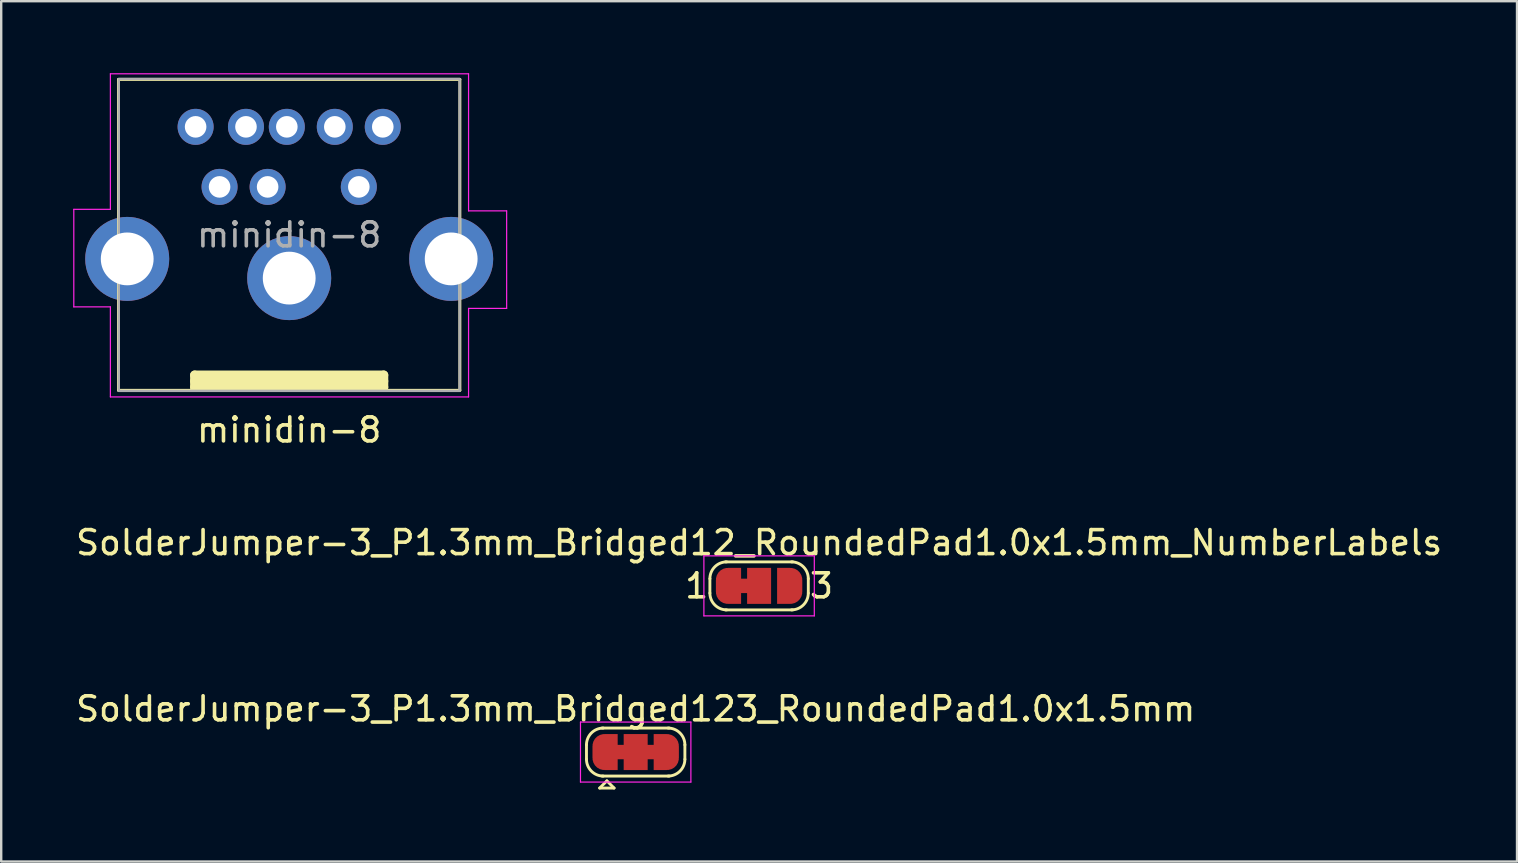
<source format=kicad_pcb>
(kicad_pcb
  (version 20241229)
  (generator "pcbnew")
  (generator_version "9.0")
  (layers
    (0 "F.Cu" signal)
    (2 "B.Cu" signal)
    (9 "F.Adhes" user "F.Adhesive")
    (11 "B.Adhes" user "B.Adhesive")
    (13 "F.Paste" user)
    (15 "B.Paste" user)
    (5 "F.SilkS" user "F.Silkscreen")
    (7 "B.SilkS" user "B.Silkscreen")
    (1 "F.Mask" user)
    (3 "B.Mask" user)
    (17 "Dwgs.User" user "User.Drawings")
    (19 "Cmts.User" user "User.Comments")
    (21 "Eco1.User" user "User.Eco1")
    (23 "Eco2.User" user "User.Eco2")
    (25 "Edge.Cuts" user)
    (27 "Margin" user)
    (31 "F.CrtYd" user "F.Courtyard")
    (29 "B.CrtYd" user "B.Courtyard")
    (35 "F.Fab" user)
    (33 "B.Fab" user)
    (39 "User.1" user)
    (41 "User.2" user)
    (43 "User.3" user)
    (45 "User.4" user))
  (footprint "SolderJumper-3_P1.3mm_Bridged123_RoundedPad1.0x1.5mm"
    (layer "F.Cu")
    (at 23.435 28.284)
    (property "Reference" "SolderJumper-3_P1.3mm_Bridged123_RoundedPad1.0x1.5mm" (at 0 -1.8 0) (layer "F.SilkS") (effects (font (size 1 1) (thickness 0.15))))
    (attr exclude_from_pos_files exclude_from_bom)
    (fp_poly (pts (xy -0.9 -0.3) (xy -0.4 -0.3) (xy -0.4 0.3) (xy -0.9 0.3)) (stroke (width 0) (type solid)) (fill yes) (layer "F.Cu"))
    (fp_poly (pts (xy 0.37 -0.3) (xy 0.87 -0.3) (xy 0.87 0.3) (xy 0.37 0.3)) (stroke (width 0) (type solid)) (fill yes) (layer "F.Cu"))
    (fp_line (start -2.05 0.3) (end -2.05 -0.3) (stroke (width 0.12) (type solid)) (layer "F.SilkS"))
    (fp_line (start -1.5 1.5) (end -0.9 1.5) (stroke (width 0.12) (type solid)) (layer "F.SilkS"))
    (fp_line (start -1.4 -1) (end 1.4 -1) (stroke (width 0.12) (type solid)) (layer "F.SilkS"))
    (fp_line (start -1.2 1.2) (end -1.5 1.5) (stroke (width 0.12) (type solid)) (layer "F.SilkS"))
    (fp_line (start -1.2 1.2) (end -0.9 1.5) (stroke (width 0.12) (type solid)) (layer "F.SilkS"))
    (fp_line (start 1.4 1) (end -1.4 1) (stroke (width 0.12) (type solid)) (layer "F.SilkS"))
    (fp_line (start 2.05 -0.3) (end 2.05 0.3) (stroke (width 0.12) (type solid)) (layer "F.SilkS"))
    (fp_arc (start -2.05 -0.3) (mid -1.844975 -0.794975) (end -1.35 -1) (stroke (width 0.12) (type solid)) (layer "F.SilkS"))
    (fp_arc (start -1.35 1) (mid -1.844975 0.794975) (end -2.05 0.3) (stroke (width 0.12) (type solid)) (layer "F.SilkS"))
    (fp_arc (start 1.35 -1) (mid 1.844975 -0.794975) (end 2.05 -0.3) (stroke (width 0.12) (type solid)) (layer "F.SilkS"))
    (fp_arc (start 2.05 0.3) (mid 1.844975 0.794975) (end 1.35 1) (stroke (width 0.12) (type solid)) (layer "F.SilkS"))
    (fp_line (start -2.3 -1.25) (end -2.3 1.25) (stroke (width 0.05) (type solid)) (layer "F.CrtYd"))
    (fp_line (start -2.3 -1.25) (end 2.3 -1.25) (stroke (width 0.05) (type solid)) (layer "F.CrtYd"))
    (fp_line (start 2.3 1.25) (end -2.3 1.25) (stroke (width 0.05) (type solid)) (layer "F.CrtYd"))
    (fp_line (start 2.3 1.25) (end 2.3 -1.25) (stroke (width 0.05) (type solid)) (layer "F.CrtYd"))
    (pad "1" smd custom (at -1.3 0) (size 1 0.5) (layers "F.Cu" "F.Mask") (options (anchor rect)) (primitives (gr_circle (center 0 0.25) (end 0.5 0.25) (width 0) (fill yes)) (gr_circle (center 0 -0.25) (end 0.5 -0.25) (width 0) (fill yes)) (gr_poly (pts (xy 0.55 -0.75) (xy 0 -0.75) (xy 0 0.75) (xy 0.55 0.75)) (width 0) (fill yes))))
    (pad "2" smd rect (at 0 0) (size 1 1.5) (layers "F.Cu" "F.Mask"))
    (pad "3" smd custom (at 1.3 0) (size 1 0.5) (layers "F.Cu" "F.Mask") (options (anchor rect)) (primitives (gr_circle (center 0 0.25) (end 0.5 0.25) (width 0) (fill yes)) (gr_circle (center 0 -0.25) (end 0.5 -0.25) (width 0) (fill yes)) (gr_poly (pts (xy -0.55 -0.75) (xy 0 -0.75) (xy 0 0.75) (xy -0.55 0.75)) (width 0) (fill yes)))))
  (footprint "minidin-8"
    (layer "F.Cu")
    (at 8.999 6.736)
    (property "Reference" "minidin-8" (at 0 8.128 0) (layer "F.SilkS") (effects (font (size 1 1) (thickness 0.15))))
    (fp_line (start -7.112 -6.477) (end -7.112 6.477) (stroke (width 0.12) (type solid)) (layer "F.SilkS"))
    (fp_line (start -7.112 6.477) (end 7.112 6.477) (stroke (width 0.12) (type solid)) (layer "F.SilkS"))
    (fp_line (start -3.937 5.842) (end -3.937 6.35) (stroke (width 0.381) (type solid)) (layer "F.SilkS"))
    (fp_line (start -3.937 5.842) (end 3.937 5.842) (stroke (width 0.381) (type solid)) (layer "F.SilkS"))
    (fp_line (start -3.937 6.096) (end 3.937 6.096) (stroke (width 0.381) (type solid)) (layer "F.SilkS"))
    (fp_line (start 3.937 5.842) (end 3.937 6.35) (stroke (width 0.381) (type solid)) (layer "F.SilkS"))
    (fp_line (start 3.937 6.35) (end -3.937 6.35) (stroke (width 0.381) (type solid)) (layer "F.SilkS"))
    (fp_line (start 7.112 -6.477) (end -7.112 -6.477) (stroke (width 0.12) (type solid)) (layer "F.SilkS"))
    (fp_line (start 7.112 6.477) (end 7.112 -6.477) (stroke (width 0.12) (type solid)) (layer "F.SilkS"))
    (fp_line (start -8.974 -1.064) (end -8.974 3) (stroke (width 0.05) (type solid)) (layer "F.CrtYd"))
    (fp_line (start -8.974 3) (end -7.45 3) (stroke (width 0.05) (type solid)) (layer "F.CrtYd"))
    (fp_line (start -7.45 -6.711) (end 7.473 -6.711) (stroke (width 0.05) (type solid)) (layer "F.CrtYd"))
    (fp_line (start -7.45 -1.064) (end -8.974 -1.064) (stroke (width 0.05) (type solid)) (layer "F.CrtYd"))
    (fp_line (start -7.45 -1.064) (end -7.45 -6.711) (stroke (width 0.05) (type solid)) (layer "F.CrtYd"))
    (fp_line (start -7.45 3) (end -7.45 6.751) (stroke (width 0.05) (type solid)) (layer "F.CrtYd"))
    (fp_line (start 7.473 -1) (end 7.473 -6.711) (stroke (width 0.05) (type solid)) (layer "F.CrtYd"))
    (fp_line (start 7.473 -1) (end 9.06 -1) (stroke (width 0.05) (type solid)) (layer "F.CrtYd"))
    (fp_line (start 7.473 3.064) (end 7.473 6.751) (stroke (width 0.05) (type solid)) (layer "F.CrtYd"))
    (fp_line (start 7.473 6.751) (end -7.45 6.751) (stroke (width 0.05) (type solid)) (layer "F.CrtYd"))
    (fp_line (start 9.06 -1) (end 9.06 3.064) (stroke (width 0.05) (type solid)) (layer "F.CrtYd"))
    (fp_line (start 9.06 3.064) (end 7.473 3.064) (stroke (width 0.05) (type solid)) (layer "F.CrtYd"))
    (fp_rect (start -7.1 -6.5) (end 7.1 6.5) (stroke (width 0.1) (type solid)) (fill no) (layer "F.Fab"))
    (fp_text user "${REFERENCE}" (at 0 0 0) (layer "F.Fab") (effects (font (size 1 1) (thickness 0.15))))
    (pad "1" thru_hole circle (at -0.099 -4.501) (size 1.501 1.501) (drill 0.899) (layers "*.Cu" "*.Mask"))
    (pad "2" thru_hole circle (at 1.9 -4.501) (size 1.501 1.501) (drill 0.899) (layers "*.Cu" "*.Mask"))
    (pad "3" thru_hole circle (at -3.899 -4.501) (size 1.501 1.501) (drill 0.899) (layers "*.Cu" "*.Mask"))
    (pad "4" thru_hole circle (at -1.801 -4.501) (size 1.501 1.501) (drill 0.899) (layers "*.Cu" "*.Mask"))
    (pad "5" thru_hole circle (at 3.899 -4.501) (size 1.501 1.501) (drill 0.899) (layers "*.Cu" "*.Mask"))
    (pad "6" thru_hole circle (at -2.901 -1.999) (size 1.501 1.501) (drill 0.899) (layers "*.Cu" "*.Mask"))
    (pad "7" thru_hole circle (at -0.899 -1.999) (size 1.501 1.501) (drill 0.899) (layers "*.Cu" "*.Mask"))
    (pad "8" thru_hole circle (at 2.901 -1.999) (size 1.501 1.501) (drill 0.899) (layers "*.Cu" "*.Mask"))
    (pad "9" thru_hole circle (at -6.749 1.001) (size 3.5 3.5) (drill 2.2) (layers "*.Cu" "*.Mask"))
    (pad "10" thru_hole circle (at 0 1.801) (size 3.5 3.5) (drill 2.2) (layers "*.Cu" "*.Mask"))
    (pad "11" thru_hole circle (at 6.749 1.001) (size 3.5 3.5) (drill 2.2) (layers "*.Cu" "*.Mask")))
  (footprint "SolderJumper-3_P1.3mm_Bridged12_RoundedPad1.0x1.5mm_NumberLabels"
    (layer "F.Cu")
    (at 28.577 21.36)
    (property "Reference" "SolderJumper-3_P1.3mm_Bridged12_RoundedPad1.0x1.5mm_NumberLabels" (at 0 -1.8 0) (layer "F.SilkS") (effects (font (size 1 1) (thickness 0.15))))
    (attr exclude_from_pos_files exclude_from_bom)
    (fp_poly (pts (xy -0.9 -0.3) (xy -0.4 -0.3) (xy -0.4 0.3) (xy -0.9 0.3)) (stroke (width 0) (type solid)) (fill yes) (layer "F.Cu"))
    (fp_line (start -2.05 0.3) (end -2.05 -0.3) (stroke (width 0.12) (type solid)) (layer "F.SilkS"))
    (fp_line (start -1.4 -1) (end 1.4 -1) (stroke (width 0.12) (type solid)) (layer "F.SilkS"))
    (fp_line (start 1.4 1) (end -1.4 1) (stroke (width 0.12) (type solid)) (layer "F.SilkS"))
    (fp_line (start 2.05 -0.3) (end 2.05 0.3) (stroke (width 0.12) (type solid)) (layer "F.SilkS"))
    (fp_arc (start -2.05 -0.3) (mid -1.844975 -0.794975) (end -1.35 -1) (stroke (width 0.12) (type solid)) (layer "F.SilkS"))
    (fp_arc (start -1.35 1) (mid -1.844975 0.794975) (end -2.05 0.3) (stroke (width 0.12) (type solid)) (layer "F.SilkS"))
    (fp_arc (start 1.35 -1) (mid 1.844975 -0.794975) (end 2.05 -0.3) (stroke (width 0.12) (type solid)) (layer "F.SilkS"))
    (fp_arc (start 2.05 0.3) (mid 1.844975 0.794975) (end 1.35 1) (stroke (width 0.12) (type solid)) (layer "F.SilkS"))
    (fp_line (start -2.3 -1.25) (end -2.3 1.25) (stroke (width 0.05) (type solid)) (layer "F.CrtYd"))
    (fp_line (start -2.3 -1.25) (end 2.3 -1.25) (stroke (width 0.05) (type solid)) (layer "F.CrtYd"))
    (fp_line (start 2.3 1.25) (end -2.3 1.25) (stroke (width 0.05) (type solid)) (layer "F.CrtYd"))
    (fp_line (start 2.3 1.25) (end 2.3 -1.25) (stroke (width 0.05) (type solid)) (layer "F.CrtYd"))
    (fp_text user "1" (at -2.6 0 0) (layer "F.SilkS") (effects (font (size 1 1) (thickness 0.15))))
    (fp_text user "3" (at 2.6 0 0) (layer "F.SilkS") (effects (font (size 1 1) (thickness 0.15))))
    (pad "1" smd custom (at -1.3 0) (size 1 0.5) (layers "F.Cu" "F.Mask") (options (anchor rect)) (primitives (gr_poly (pts (xy 0.55 0.75) (xy 0 0.75) (xy 0 -0.75) (xy 0.55 -0.75)) (width 0) (fill yes)) (gr_circle (center 0 0.25) (end 0.5 0.25) (width 0) (fill yes)) (gr_circle (center 0 -0.25) (end 0.5 -0.25) (width 0) (fill yes))))
    (pad "2" smd rect (at 0 0) (size 1 1.5) (layers "F.Cu" "F.Mask"))
    (pad "3" smd custom (at 1.3 0) (size 1 0.5) (layers "F.Cu" "F.Mask") (options (anchor rect)) (primitives (gr_circle (center 0 0.25) (end 0.5 0.25) (width 0) (fill yes)) (gr_circle (center 0 -0.25) (end 0.5 -0.25) (width 0) (fill yes)) (gr_poly (pts (xy 0 0.75) (xy -0.55 0.75) (xy -0.55 -0.75) (xy 0 -0.75)) (width 0) (fill yes))))
    (zone (net_name "") (layer "F.Cu") (hatch edge 0.5) (connect_pads) (min_thickness 0.25) (filled_areas_thickness no) (keepout (tracks allowed) (vias allowed) (pads allowed) (copperpour not_allowed) (footprints allowed)) (placement (enabled no)) (fill) (polygon (pts (xy 27.177 20.66) (xy 29.977 20.66) (xy 29.977 22.061) (xy 27.177 22.061)))))
  (gr_rect
    (start -3 -3)
    (end 60.155 32.844)
    (stroke (width 0.1) (type default))
    (fill no)
    (layer "Edge.Cuts")))
</source>
